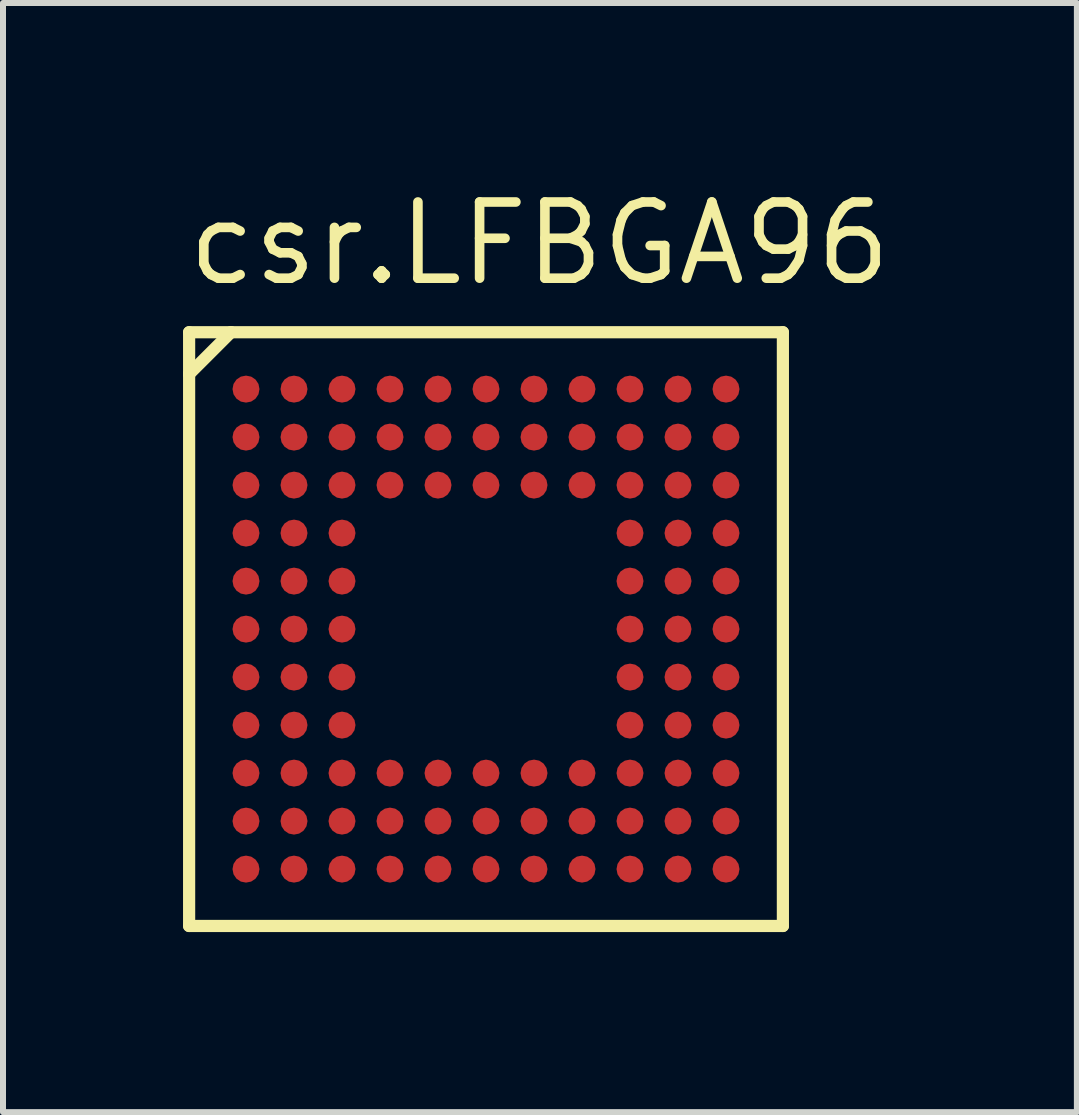
<source format=kicad_pcb>
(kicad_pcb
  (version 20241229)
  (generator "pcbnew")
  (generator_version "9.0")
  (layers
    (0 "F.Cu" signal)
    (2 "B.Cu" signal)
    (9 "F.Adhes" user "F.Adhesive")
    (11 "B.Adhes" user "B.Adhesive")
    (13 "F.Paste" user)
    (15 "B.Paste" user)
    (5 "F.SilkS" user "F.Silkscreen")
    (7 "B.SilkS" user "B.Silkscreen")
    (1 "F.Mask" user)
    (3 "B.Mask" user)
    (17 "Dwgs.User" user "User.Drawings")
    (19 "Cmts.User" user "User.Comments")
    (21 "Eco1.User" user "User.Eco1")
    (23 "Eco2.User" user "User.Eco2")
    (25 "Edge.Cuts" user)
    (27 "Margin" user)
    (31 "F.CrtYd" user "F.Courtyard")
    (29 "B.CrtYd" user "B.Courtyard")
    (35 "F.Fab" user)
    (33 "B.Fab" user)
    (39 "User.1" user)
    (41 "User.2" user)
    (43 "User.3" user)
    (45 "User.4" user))
  (footprint "csr.LFBGA96"
    (layer "F.Cu")
    (at 5.05 7.435)
    (property "Reference" "csr.LFBGA96" (at -5.05 -5.685 0) (layer "F.SilkS") (effects (font (size 1.27 1.27) (thickness 0.16)) (justify left bottom)))
    (attr smd)
    (fp_circle (center -4 -4) (end -3.825 -4) (stroke (width 0.1) (type default)) (fill no) (layer "F.Mask"))
    (fp_circle (center -4 -3.2) (end -3.825 -3.2) (stroke (width 0.1) (type default)) (fill no) (layer "F.Mask"))
    (fp_circle (center -4 -2.4) (end -3.825 -2.4) (stroke (width 0.1) (type default)) (fill no) (layer "F.Mask"))
    (fp_circle (center -4 -1.6) (end -3.825 -1.6) (stroke (width 0.1) (type default)) (fill no) (layer "F.Mask"))
    (fp_circle (center -4 -0.8) (end -3.825 -0.8) (stroke (width 0.1) (type default)) (fill no) (layer "F.Mask"))
    (fp_circle (center -4 0) (end -3.825 0) (stroke (width 0.1) (type default)) (fill no) (layer "F.Mask"))
    (fp_circle (center -4 0.8) (end -3.825 0.8) (stroke (width 0.1) (type default)) (fill no) (layer "F.Mask"))
    (fp_circle (center -4 1.6) (end -3.825 1.6) (stroke (width 0.1) (type default)) (fill no) (layer "F.Mask"))
    (fp_circle (center -4 2.4) (end -3.825 2.4) (stroke (width 0.1) (type default)) (fill no) (layer "F.Mask"))
    (fp_circle (center -4 3.2) (end -3.825 3.2) (stroke (width 0.1) (type default)) (fill no) (layer "F.Mask"))
    (fp_circle (center -4 4) (end -3.825 4) (stroke (width 0.1) (type default)) (fill no) (layer "F.Mask"))
    (fp_circle (center -3.2 -4) (end -3.025 -4) (stroke (width 0.1) (type default)) (fill no) (layer "F.Mask"))
    (fp_circle (center -3.2 -3.2) (end -3.025 -3.2) (stroke (width 0.1) (type default)) (fill no) (layer "F.Mask"))
    (fp_circle (center -3.2 -2.4) (end -3.025 -2.4) (stroke (width 0.1) (type default)) (fill no) (layer "F.Mask"))
    (fp_circle (center -3.2 -1.6) (end -3.025 -1.6) (stroke (width 0.1) (type default)) (fill no) (layer "F.Mask"))
    (fp_circle (center -3.2 -0.8) (end -3.025 -0.8) (stroke (width 0.1) (type default)) (fill no) (layer "F.Mask"))
    (fp_circle (center -3.2 0) (end -3.025 0) (stroke (width 0.1) (type default)) (fill no) (layer "F.Mask"))
    (fp_circle (center -3.2 0.8) (end -3.025 0.8) (stroke (width 0.1) (type default)) (fill no) (layer "F.Mask"))
    (fp_circle (center -3.2 1.6) (end -3.025 1.6) (stroke (width 0.1) (type default)) (fill no) (layer "F.Mask"))
    (fp_circle (center -3.2 2.4) (end -3.025 2.4) (stroke (width 0.1) (type default)) (fill no) (layer "F.Mask"))
    (fp_circle (center -3.2 3.2) (end -3.025 3.2) (stroke (width 0.1) (type default)) (fill no) (layer "F.Mask"))
    (fp_circle (center -3.2 4) (end -3.025 4) (stroke (width 0.1) (type default)) (fill no) (layer "F.Mask"))
    (fp_circle (center -2.4 -4) (end -2.225 -4) (stroke (width 0.1) (type default)) (fill no) (layer "F.Mask"))
    (fp_circle (center -2.4 -3.2) (end -2.225 -3.2) (stroke (width 0.1) (type default)) (fill no) (layer "F.Mask"))
    (fp_circle (center -2.4 -2.4) (end -2.225 -2.4) (stroke (width 0.1) (type default)) (fill no) (layer "F.Mask"))
    (fp_circle (center -2.4 -1.6) (end -2.225 -1.6) (stroke (width 0.1) (type default)) (fill no) (layer "F.Mask"))
    (fp_circle (center -2.4 -0.8) (end -2.225 -0.8) (stroke (width 0.1) (type default)) (fill no) (layer "F.Mask"))
    (fp_circle (center -2.4 0) (end -2.225 0) (stroke (width 0.1) (type default)) (fill no) (layer "F.Mask"))
    (fp_circle (center -2.4 0.8) (end -2.225 0.8) (stroke (width 0.1) (type default)) (fill no) (layer "F.Mask"))
    (fp_circle (center -2.4 1.6) (end -2.225 1.6) (stroke (width 0.1) (type default)) (fill no) (layer "F.Mask"))
    (fp_circle (center -2.4 2.4) (end -2.225 2.4) (stroke (width 0.1) (type default)) (fill no) (layer "F.Mask"))
    (fp_circle (center -2.4 3.2) (end -2.225 3.2) (stroke (width 0.1) (type default)) (fill no) (layer "F.Mask"))
    (fp_circle (center -2.4 4) (end -2.225 4) (stroke (width 0.1) (type default)) (fill no) (layer "F.Mask"))
    (fp_circle (center -1.6 -4) (end -1.425 -4) (stroke (width 0.1) (type default)) (fill no) (layer "F.Mask"))
    (fp_circle (center -1.6 -3.2) (end -1.425 -3.2) (stroke (width 0.1) (type default)) (fill no) (layer "F.Mask"))
    (fp_circle (center -1.6 -2.4) (end -1.425 -2.4) (stroke (width 0.1) (type default)) (fill no) (layer "F.Mask"))
    (fp_circle (center -1.6 2.4) (end -1.425 2.4) (stroke (width 0.1) (type default)) (fill no) (layer "F.Mask"))
    (fp_circle (center -1.6 3.2) (end -1.425 3.2) (stroke (width 0.1) (type default)) (fill no) (layer "F.Mask"))
    (fp_circle (center -1.6 4) (end -1.425 4) (stroke (width 0.1) (type default)) (fill no) (layer "F.Mask"))
    (fp_circle (center -0.8 -4) (end -0.625 -4) (stroke (width 0.1) (type default)) (fill no) (layer "F.Mask"))
    (fp_circle (center -0.8 -3.2) (end -0.625 -3.2) (stroke (width 0.1) (type default)) (fill no) (layer "F.Mask"))
    (fp_circle (center -0.8 -2.4) (end -0.625 -2.4) (stroke (width 0.1) (type default)) (fill no) (layer "F.Mask"))
    (fp_circle (center -0.8 2.4) (end -0.625 2.4) (stroke (width 0.1) (type default)) (fill no) (layer "F.Mask"))
    (fp_circle (center -0.8 3.2) (end -0.625 3.2) (stroke (width 0.1) (type default)) (fill no) (layer "F.Mask"))
    (fp_circle (center -0.8 4) (end -0.625 4) (stroke (width 0.1) (type default)) (fill no) (layer "F.Mask"))
    (fp_circle (center 0 -4) (end 0.175 -4) (stroke (width 0.1) (type default)) (fill no) (layer "F.Mask"))
    (fp_circle (center 0 -3.2) (end 0.175 -3.2) (stroke (width 0.1) (type default)) (fill no) (layer "F.Mask"))
    (fp_circle (center 0 -2.4) (end 0.175 -2.4) (stroke (width 0.1) (type default)) (fill no) (layer "F.Mask"))
    (fp_circle (center 0 2.4) (end 0.175 2.4) (stroke (width 0.1) (type default)) (fill no) (layer "F.Mask"))
    (fp_circle (center 0 3.2) (end 0.175 3.2) (stroke (width 0.1) (type default)) (fill no) (layer "F.Mask"))
    (fp_circle (center 0 4) (end 0.175 4) (stroke (width 0.1) (type default)) (fill no) (layer "F.Mask"))
    (fp_circle (center 0.8 -4) (end 0.975 -4) (stroke (width 0.1) (type default)) (fill no) (layer "F.Mask"))
    (fp_circle (center 0.8 -3.2) (end 0.975 -3.2) (stroke (width 0.1) (type default)) (fill no) (layer "F.Mask"))
    (fp_circle (center 0.8 -2.4) (end 0.975 -2.4) (stroke (width 0.1) (type default)) (fill no) (layer "F.Mask"))
    (fp_circle (center 0.8 2.4) (end 0.975 2.4) (stroke (width 0.1) (type default)) (fill no) (layer "F.Mask"))
    (fp_circle (center 0.8 3.2) (end 0.975 3.2) (stroke (width 0.1) (type default)) (fill no) (layer "F.Mask"))
    (fp_circle (center 0.8 4) (end 0.975 4) (stroke (width 0.1) (type default)) (fill no) (layer "F.Mask"))
    (fp_circle (center 1.6 -4) (end 1.775 -4) (stroke (width 0.1) (type default)) (fill no) (layer "F.Mask"))
    (fp_circle (center 1.6 -3.2) (end 1.775 -3.2) (stroke (width 0.1) (type default)) (fill no) (layer "F.Mask"))
    (fp_circle (center 1.6 -2.4) (end 1.775 -2.4) (stroke (width 0.1) (type default)) (fill no) (layer "F.Mask"))
    (fp_circle (center 1.6 2.4) (end 1.775 2.4) (stroke (width 0.1) (type default)) (fill no) (layer "F.Mask"))
    (fp_circle (center 1.6 3.2) (end 1.775 3.2) (stroke (width 0.1) (type default)) (fill no) (layer "F.Mask"))
    (fp_circle (center 1.6 4) (end 1.775 4) (stroke (width 0.1) (type default)) (fill no) (layer "F.Mask"))
    (fp_circle (center 2.4 -4) (end 2.575 -4) (stroke (width 0.1) (type default)) (fill no) (layer "F.Mask"))
    (fp_circle (center 2.4 -3.2) (end 2.575 -3.2) (stroke (width 0.1) (type default)) (fill no) (layer "F.Mask"))
    (fp_circle (center 2.4 -2.4) (end 2.575 -2.4) (stroke (width 0.1) (type default)) (fill no) (layer "F.Mask"))
    (fp_circle (center 2.4 -1.6) (end 2.575 -1.6) (stroke (width 0.1) (type default)) (fill no) (layer "F.Mask"))
    (fp_circle (center 2.4 -0.8) (end 2.575 -0.8) (stroke (width 0.1) (type default)) (fill no) (layer "F.Mask"))
    (fp_circle (center 2.4 0) (end 2.575 0) (stroke (width 0.1) (type default)) (fill no) (layer "F.Mask"))
    (fp_circle (center 2.4 0.8) (end 2.575 0.8) (stroke (width 0.1) (type default)) (fill no) (layer "F.Mask"))
    (fp_circle (center 2.4 1.6) (end 2.575 1.6) (stroke (width 0.1) (type default)) (fill no) (layer "F.Mask"))
    (fp_circle (center 2.4 2.4) (end 2.575 2.4) (stroke (width 0.1) (type default)) (fill no) (layer "F.Mask"))
    (fp_circle (center 2.4 3.2) (end 2.575 3.2) (stroke (width 0.1) (type default)) (fill no) (layer "F.Mask"))
    (fp_circle (center 2.4 4) (end 2.575 4) (stroke (width 0.1) (type default)) (fill no) (layer "F.Mask"))
    (fp_circle (center 3.2 -4) (end 3.375 -4) (stroke (width 0.1) (type default)) (fill no) (layer "F.Mask"))
    (fp_circle (center 3.2 -3.2) (end 3.375 -3.2) (stroke (width 0.1) (type default)) (fill no) (layer "F.Mask"))
    (fp_circle (center 3.2 -2.4) (end 3.375 -2.4) (stroke (width 0.1) (type default)) (fill no) (layer "F.Mask"))
    (fp_circle (center 3.2 -1.6) (end 3.375 -1.6) (stroke (width 0.1) (type default)) (fill no) (layer "F.Mask"))
    (fp_circle (center 3.2 -0.8) (end 3.375 -0.8) (stroke (width 0.1) (type default)) (fill no) (layer "F.Mask"))
    (fp_circle (center 3.2 0) (end 3.375 0) (stroke (width 0.1) (type default)) (fill no) (layer "F.Mask"))
    (fp_circle (center 3.2 0.8) (end 3.375 0.8) (stroke (width 0.1) (type default)) (fill no) (layer "F.Mask"))
    (fp_circle (center 3.2 1.6) (end 3.375 1.6) (stroke (width 0.1) (type default)) (fill no) (layer "F.Mask"))
    (fp_circle (center 3.2 2.4) (end 3.375 2.4) (stroke (width 0.1) (type default)) (fill no) (layer "F.Mask"))
    (fp_circle (center 3.2 3.2) (end 3.375 3.2) (stroke (width 0.1) (type default)) (fill no) (layer "F.Mask"))
    (fp_circle (center 3.2 4) (end 3.375 4) (stroke (width 0.1) (type default)) (fill no) (layer "F.Mask"))
    (fp_circle (center 4 -4) (end 4.175 -4) (stroke (width 0.1) (type default)) (fill no) (layer "F.Mask"))
    (fp_circle (center 4 -3.2) (end 4.175 -3.2) (stroke (width 0.1) (type default)) (fill no) (layer "F.Mask"))
    (fp_circle (center 4 -2.4) (end 4.175 -2.4) (stroke (width 0.1) (type default)) (fill no) (layer "F.Mask"))
    (fp_circle (center 4 -1.6) (end 4.175 -1.6) (stroke (width 0.1) (type default)) (fill no) (layer "F.Mask"))
    (fp_circle (center 4 -0.8) (end 4.175 -0.8) (stroke (width 0.1) (type default)) (fill no) (layer "F.Mask"))
    (fp_circle (center 4 0) (end 4.175 0) (stroke (width 0.1) (type default)) (fill no) (layer "F.Mask"))
    (fp_circle (center 4 0.8) (end 4.175 0.8) (stroke (width 0.1) (type default)) (fill no) (layer "F.Mask"))
    (fp_circle (center 4 1.6) (end 4.175 1.6) (stroke (width 0.1) (type default)) (fill no) (layer "F.Mask"))
    (fp_circle (center 4 2.4) (end 4.175 2.4) (stroke (width 0.1) (type default)) (fill no) (layer "F.Mask"))
    (fp_circle (center 4 3.2) (end 4.175 3.2) (stroke (width 0.1) (type default)) (fill no) (layer "F.Mask"))
    (fp_circle (center 4 4) (end 4.175 4) (stroke (width 0.1) (type default)) (fill no) (layer "F.Mask"))
    (fp_line (start -4.948 -4.948) (end -4.948 -4.25) (stroke (width 0.203) (type default)) (layer "F.SilkS"))
    (fp_line (start -4.948 -4.25) (end -4.948 4.948) (stroke (width 0.203) (type default)) (layer "F.SilkS"))
    (fp_line (start -4.948 -4.25) (end -4.25 -4.948) (stroke (width 0.203) (type default)) (layer "F.SilkS"))
    (fp_line (start -4.948 4.948) (end 4.948 4.948) (stroke (width 0.203) (type default)) (layer "F.SilkS"))
    (fp_line (start -4.25 -4.948) (end -4.948 -4.948) (stroke (width 0.203) (type default)) (layer "F.SilkS"))
    (fp_line (start 4.948 -4.948) (end -4.25 -4.948) (stroke (width 0.203) (type default)) (layer "F.SilkS"))
    (fp_line (start 4.948 4.948) (end 4.948 -4.948) (stroke (width 0.203) (type default)) (layer "F.SilkS"))
    (pad "A1" smd roundrect (at -4 -4) (size 0.45 0.45) (layers "F.Cu" "F.Mask" "F.Paste") (roundrect_rratio 0.5))
    (pad "A2" smd roundrect (at -3.2 -4) (size 0.45 0.45) (layers "F.Cu" "F.Mask" "F.Paste") (roundrect_rratio 0.5))
    (pad "A3" smd roundrect (at -2.4 -4) (size 0.45 0.45) (layers "F.Cu" "F.Mask" "F.Paste") (roundrect_rratio 0.5))
    (pad "A4" smd roundrect (at -1.6 -4) (size 0.45 0.45) (layers "F.Cu" "F.Mask" "F.Paste") (roundrect_rratio 0.5))
    (pad "A5" smd roundrect (at -0.8 -4) (size 0.45 0.45) (layers "F.Cu" "F.Mask" "F.Paste") (roundrect_rratio 0.5))
    (pad "A6" smd roundrect (at 0 -4) (size 0.45 0.45) (layers "F.Cu" "F.Mask" "F.Paste") (roundrect_rratio 0.5))
    (pad "A7" smd roundrect (at 0.8 -4) (size 0.45 0.45) (layers "F.Cu" "F.Mask" "F.Paste") (roundrect_rratio 0.5))
    (pad "A8" smd roundrect (at 1.6 -4) (size 0.45 0.45) (layers "F.Cu" "F.Mask" "F.Paste") (roundrect_rratio 0.5))
    (pad "A9" smd roundrect (at 2.4 -4) (size 0.45 0.45) (layers "F.Cu" "F.Mask" "F.Paste") (roundrect_rratio 0.5))
    (pad "A10" smd roundrect (at 3.2 -4) (size 0.45 0.45) (layers "F.Cu" "F.Mask" "F.Paste") (roundrect_rratio 0.5))
    (pad "A11" smd roundrect (at 4 -4) (size 0.45 0.45) (layers "F.Cu" "F.Mask" "F.Paste") (roundrect_rratio 0.5))
    (pad "B1" smd roundrect (at -4 -3.2) (size 0.45 0.45) (layers "F.Cu" "F.Mask" "F.Paste") (roundrect_rratio 0.5))
    (pad "B2" smd roundrect (at -3.2 -3.2) (size 0.45 0.45) (layers "F.Cu" "F.Mask" "F.Paste") (roundrect_rratio 0.5))
    (pad "B3" smd roundrect (at -2.4 -3.2) (size 0.45 0.45) (layers "F.Cu" "F.Mask" "F.Paste") (roundrect_rratio 0.5))
    (pad "B4" smd roundrect (at -1.6 -3.2) (size 0.45 0.45) (layers "F.Cu" "F.Mask" "F.Paste") (roundrect_rratio 0.5))
    (pad "B5" smd roundrect (at -0.8 -3.2) (size 0.45 0.45) (layers "F.Cu" "F.Mask" "F.Paste") (roundrect_rratio 0.5))
    (pad "B6" smd roundrect (at 0 -3.2) (size 0.45 0.45) (layers "F.Cu" "F.Mask" "F.Paste") (roundrect_rratio 0.5))
    (pad "B7" smd roundrect (at 0.8 -3.2) (size 0.45 0.45) (layers "F.Cu" "F.Mask" "F.Paste") (roundrect_rratio 0.5))
    (pad "B8" smd roundrect (at 1.6 -3.2) (size 0.45 0.45) (layers "F.Cu" "F.Mask" "F.Paste") (roundrect_rratio 0.5))
    (pad "B9" smd roundrect (at 2.4 -3.2) (size 0.45 0.45) (layers "F.Cu" "F.Mask" "F.Paste") (roundrect_rratio 0.5))
    (pad "B10" smd roundrect (at 3.2 -3.2) (size 0.45 0.45) (layers "F.Cu" "F.Mask" "F.Paste") (roundrect_rratio 0.5))
    (pad "B11" smd roundrect (at 4 -3.2) (size 0.45 0.45) (layers "F.Cu" "F.Mask" "F.Paste") (roundrect_rratio 0.5))
    (pad "C1" smd roundrect (at -4 -2.4) (size 0.45 0.45) (layers "F.Cu" "F.Mask" "F.Paste") (roundrect_rratio 0.5))
    (pad "C2" smd roundrect (at -3.2 -2.4) (size 0.45 0.45) (layers "F.Cu" "F.Mask" "F.Paste") (roundrect_rratio 0.5))
    (pad "C3" smd roundrect (at -2.4 -2.4) (size 0.45 0.45) (layers "F.Cu" "F.Mask" "F.Paste") (roundrect_rratio 0.5))
    (pad "C4" smd roundrect (at -1.6 -2.4) (size 0.45 0.45) (layers "F.Cu" "F.Mask" "F.Paste") (roundrect_rratio 0.5))
    (pad "C5" smd roundrect (at -0.8 -2.4) (size 0.45 0.45) (layers "F.Cu" "F.Mask" "F.Paste") (roundrect_rratio 0.5))
    (pad "C6" smd roundrect (at 0 -2.4) (size 0.45 0.45) (layers "F.Cu" "F.Mask" "F.Paste") (roundrect_rratio 0.5))
    (pad "C7" smd roundrect (at 0.8 -2.4) (size 0.45 0.45) (layers "F.Cu" "F.Mask" "F.Paste") (roundrect_rratio 0.5))
    (pad "C8" smd roundrect (at 1.6 -2.4) (size 0.45 0.45) (layers "F.Cu" "F.Mask" "F.Paste") (roundrect_rratio 0.5))
    (pad "C9" smd roundrect (at 2.4 -2.4) (size 0.45 0.45) (layers "F.Cu" "F.Mask" "F.Paste") (roundrect_rratio 0.5))
    (pad "C10" smd roundrect (at 3.2 -2.4) (size 0.45 0.45) (layers "F.Cu" "F.Mask" "F.Paste") (roundrect_rratio 0.5))
    (pad "C11" smd roundrect (at 4 -2.4) (size 0.45 0.45) (layers "F.Cu" "F.Mask" "F.Paste") (roundrect_rratio 0.5))
    (pad "D1" smd roundrect (at -4 -1.6) (size 0.45 0.45) (layers "F.Cu" "F.Mask" "F.Paste") (roundrect_rratio 0.5))
    (pad "D2" smd roundrect (at -3.2 -1.6) (size 0.45 0.45) (layers "F.Cu" "F.Mask" "F.Paste") (roundrect_rratio 0.5))
    (pad "D3" smd roundrect (at -2.4 -1.6) (size 0.45 0.45) (layers "F.Cu" "F.Mask" "F.Paste") (roundrect_rratio 0.5))
    (pad "D9" smd roundrect (at 2.4 -1.6) (size 0.45 0.45) (layers "F.Cu" "F.Mask" "F.Paste") (roundrect_rratio 0.5))
    (pad "D10" smd roundrect (at 3.2 -1.6) (size 0.45 0.45) (layers "F.Cu" "F.Mask" "F.Paste") (roundrect_rratio 0.5))
    (pad "D11" smd roundrect (at 4 -1.6) (size 0.45 0.45) (layers "F.Cu" "F.Mask" "F.Paste") (roundrect_rratio 0.5))
    (pad "E1" smd roundrect (at -4 -0.8) (size 0.45 0.45) (layers "F.Cu" "F.Mask" "F.Paste") (roundrect_rratio 0.5))
    (pad "E2" smd roundrect (at -3.2 -0.8) (size 0.45 0.45) (layers "F.Cu" "F.Mask" "F.Paste") (roundrect_rratio 0.5))
    (pad "E3" smd roundrect (at -2.4 -0.8) (size 0.45 0.45) (layers "F.Cu" "F.Mask" "F.Paste") (roundrect_rratio 0.5))
    (pad "E9" smd roundrect (at 2.4 -0.8) (size 0.45 0.45) (layers "F.Cu" "F.Mask" "F.Paste") (roundrect_rratio 0.5))
    (pad "E10" smd roundrect (at 3.2 -0.8) (size 0.45 0.45) (layers "F.Cu" "F.Mask" "F.Paste") (roundrect_rratio 0.5))
    (pad "E11" smd roundrect (at 4 -0.8) (size 0.45 0.45) (layers "F.Cu" "F.Mask" "F.Paste") (roundrect_rratio 0.5))
    (pad "F1" smd roundrect (at -4 0) (size 0.45 0.45) (layers "F.Cu" "F.Mask" "F.Paste") (roundrect_rratio 0.5))
    (pad "F2" smd roundrect (at -3.2 0) (size 0.45 0.45) (layers "F.Cu" "F.Mask" "F.Paste") (roundrect_rratio 0.5))
    (pad "F3" smd roundrect (at -2.4 0) (size 0.45 0.45) (layers "F.Cu" "F.Mask" "F.Paste") (roundrect_rratio 0.5))
    (pad "F9" smd roundrect (at 2.4 0) (size 0.45 0.45) (layers "F.Cu" "F.Mask" "F.Paste") (roundrect_rratio 0.5))
    (pad "F10" smd roundrect (at 3.2 0) (size 0.45 0.45) (layers "F.Cu" "F.Mask" "F.Paste") (roundrect_rratio 0.5))
    (pad "F11" smd roundrect (at 4 0) (size 0.45 0.45) (layers "F.Cu" "F.Mask" "F.Paste") (roundrect_rratio 0.5))
    (pad "G1" smd roundrect (at -4 0.8) (size 0.45 0.45) (layers "F.Cu" "F.Mask" "F.Paste") (roundrect_rratio 0.5))
    (pad "G2" smd roundrect (at -3.2 0.8) (size 0.45 0.45) (layers "F.Cu" "F.Mask" "F.Paste") (roundrect_rratio 0.5))
    (pad "G3" smd roundrect (at -2.4 0.8) (size 0.45 0.45) (layers "F.Cu" "F.Mask" "F.Paste") (roundrect_rratio 0.5))
    (pad "G9" smd roundrect (at 2.4 0.8) (size 0.45 0.45) (layers "F.Cu" "F.Mask" "F.Paste") (roundrect_rratio 0.5))
    (pad "G10" smd roundrect (at 3.2 0.8) (size 0.45 0.45) (layers "F.Cu" "F.Mask" "F.Paste") (roundrect_rratio 0.5))
    (pad "G11" smd roundrect (at 4 0.8) (size 0.45 0.45) (layers "F.Cu" "F.Mask" "F.Paste") (roundrect_rratio 0.5))
    (pad "H1" smd roundrect (at -4 1.6) (size 0.45 0.45) (layers "F.Cu" "F.Mask" "F.Paste") (roundrect_rratio 0.5))
    (pad "H2" smd roundrect (at -3.2 1.6) (size 0.45 0.45) (layers "F.Cu" "F.Mask" "F.Paste") (roundrect_rratio 0.5))
    (pad "H3" smd roundrect (at -2.4 1.6) (size 0.45 0.45) (layers "F.Cu" "F.Mask" "F.Paste") (roundrect_rratio 0.5))
    (pad "H9" smd roundrect (at 2.4 1.6) (size 0.45 0.45) (layers "F.Cu" "F.Mask" "F.Paste") (roundrect_rratio 0.5))
    (pad "H10" smd roundrect (at 3.2 1.6) (size 0.45 0.45) (layers "F.Cu" "F.Mask" "F.Paste") (roundrect_rratio 0.5))
    (pad "H11" smd roundrect (at 4 1.6) (size 0.45 0.45) (layers "F.Cu" "F.Mask" "F.Paste") (roundrect_rratio 0.5))
    (pad "J1" smd roundrect (at -4 2.4) (size 0.45 0.45) (layers "F.Cu" "F.Mask" "F.Paste") (roundrect_rratio 0.5))
    (pad "J2" smd roundrect (at -3.2 2.4) (size 0.45 0.45) (layers "F.Cu" "F.Mask" "F.Paste") (roundrect_rratio 0.5))
    (pad "J3" smd roundrect (at -2.4 2.4) (size 0.45 0.45) (layers "F.Cu" "F.Mask" "F.Paste") (roundrect_rratio 0.5))
    (pad "J4" smd roundrect (at -1.6 2.4) (size 0.45 0.45) (layers "F.Cu" "F.Mask" "F.Paste") (roundrect_rratio 0.5))
    (pad "J5" smd roundrect (at -0.8 2.4) (size 0.45 0.45) (layers "F.Cu" "F.Mask" "F.Paste") (roundrect_rratio 0.5))
    (pad "J6" smd roundrect (at 0 2.4) (size 0.45 0.45) (layers "F.Cu" "F.Mask" "F.Paste") (roundrect_rratio 0.5))
    (pad "J7" smd roundrect (at 0.8 2.4) (size 0.45 0.45) (layers "F.Cu" "F.Mask" "F.Paste") (roundrect_rratio 0.5))
    (pad "J8" smd roundrect (at 1.6 2.4) (size 0.45 0.45) (layers "F.Cu" "F.Mask" "F.Paste") (roundrect_rratio 0.5))
    (pad "J9" smd roundrect (at 2.4 2.4) (size 0.45 0.45) (layers "F.Cu" "F.Mask" "F.Paste") (roundrect_rratio 0.5))
    (pad "J10" smd roundrect (at 3.2 2.4) (size 0.45 0.45) (layers "F.Cu" "F.Mask" "F.Paste") (roundrect_rratio 0.5))
    (pad "J11" smd roundrect (at 4 2.4) (size 0.45 0.45) (layers "F.Cu" "F.Mask" "F.Paste") (roundrect_rratio 0.5))
    (pad "K1" smd roundrect (at -4 3.2) (size 0.45 0.45) (layers "F.Cu" "F.Mask" "F.Paste") (roundrect_rratio 0.5))
    (pad "K2" smd roundrect (at -3.2 3.2) (size 0.45 0.45) (layers "F.Cu" "F.Mask" "F.Paste") (roundrect_rratio 0.5))
    (pad "K3" smd roundrect (at -2.4 3.2) (size 0.45 0.45) (layers "F.Cu" "F.Mask" "F.Paste") (roundrect_rratio 0.5))
    (pad "K4" smd roundrect (at -1.6 3.2) (size 0.45 0.45) (layers "F.Cu" "F.Mask" "F.Paste") (roundrect_rratio 0.5))
    (pad "K5" smd roundrect (at -0.8 3.2) (size 0.45 0.45) (layers "F.Cu" "F.Mask" "F.Paste") (roundrect_rratio 0.5))
    (pad "K6" smd roundrect (at 0 3.2) (size 0.45 0.45) (layers "F.Cu" "F.Mask" "F.Paste") (roundrect_rratio 0.5))
    (pad "K7" smd roundrect (at 0.8 3.2) (size 0.45 0.45) (layers "F.Cu" "F.Mask" "F.Paste") (roundrect_rratio 0.5))
    (pad "K8" smd roundrect (at 1.6 3.2) (size 0.45 0.45) (layers "F.Cu" "F.Mask" "F.Paste") (roundrect_rratio 0.5))
    (pad "K9" smd roundrect (at 2.4 3.2) (size 0.45 0.45) (layers "F.Cu" "F.Mask" "F.Paste") (roundrect_rratio 0.5))
    (pad "K10" smd roundrect (at 3.2 3.2) (size 0.45 0.45) (layers "F.Cu" "F.Mask" "F.Paste") (roundrect_rratio 0.5))
    (pad "K11" smd roundrect (at 4 3.2) (size 0.45 0.45) (layers "F.Cu" "F.Mask" "F.Paste") (roundrect_rratio 0.5))
    (pad "L1" smd roundrect (at -4 4) (size 0.45 0.45) (layers "F.Cu" "F.Mask" "F.Paste") (roundrect_rratio 0.5))
    (pad "L2" smd roundrect (at -3.2 4) (size 0.45 0.45) (layers "F.Cu" "F.Mask" "F.Paste") (roundrect_rratio 0.5))
    (pad "L3" smd roundrect (at -2.4 4) (size 0.45 0.45) (layers "F.Cu" "F.Mask" "F.Paste") (roundrect_rratio 0.5))
    (pad "L4" smd roundrect (at -1.6 4) (size 0.45 0.45) (layers "F.Cu" "F.Mask" "F.Paste") (roundrect_rratio 0.5))
    (pad "L5" smd roundrect (at -0.8 4) (size 0.45 0.45) (layers "F.Cu" "F.Mask" "F.Paste") (roundrect_rratio 0.5))
    (pad "L6" smd roundrect (at 0 4) (size 0.45 0.45) (layers "F.Cu" "F.Mask" "F.Paste") (roundrect_rratio 0.5))
    (pad "L7" smd roundrect (at 0.8 4) (size 0.45 0.45) (layers "F.Cu" "F.Mask" "F.Paste") (roundrect_rratio 0.5))
    (pad "L8" smd roundrect (at 1.6 4) (size 0.45 0.45) (layers "F.Cu" "F.Mask" "F.Paste") (roundrect_rratio 0.5))
    (pad "L9" smd roundrect (at 2.4 4) (size 0.45 0.45) (layers "F.Cu" "F.Mask" "F.Paste") (roundrect_rratio 0.5))
    (pad "L10" smd roundrect (at 3.2 4) (size 0.45 0.45) (layers "F.Cu" "F.Mask" "F.Paste") (roundrect_rratio 0.5))
    (pad "L11" smd roundrect (at 4 4) (size 0.45 0.45) (layers "F.Cu" "F.Mask" "F.Paste") (roundrect_rratio 0.5)))
  (gr_rect
    (start -3 -3)
    (end 14.898 15.485)
    (stroke (width 0.1) (type default))
    (fill no)
    (layer "Edge.Cuts")))
</source>
